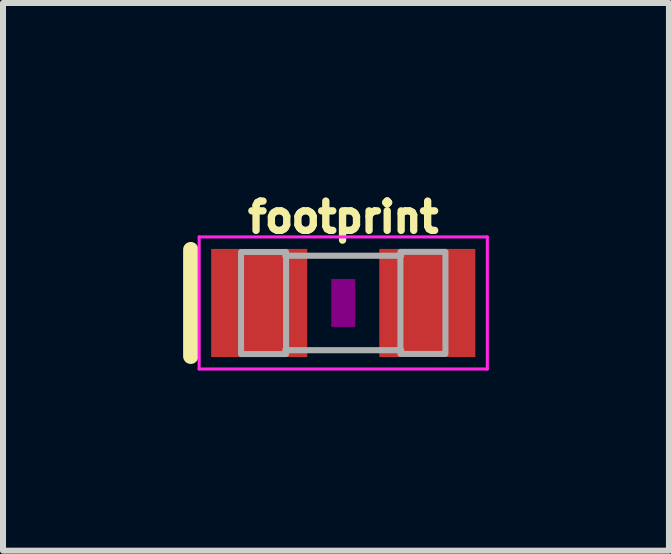
<source format=kicad_pcb>
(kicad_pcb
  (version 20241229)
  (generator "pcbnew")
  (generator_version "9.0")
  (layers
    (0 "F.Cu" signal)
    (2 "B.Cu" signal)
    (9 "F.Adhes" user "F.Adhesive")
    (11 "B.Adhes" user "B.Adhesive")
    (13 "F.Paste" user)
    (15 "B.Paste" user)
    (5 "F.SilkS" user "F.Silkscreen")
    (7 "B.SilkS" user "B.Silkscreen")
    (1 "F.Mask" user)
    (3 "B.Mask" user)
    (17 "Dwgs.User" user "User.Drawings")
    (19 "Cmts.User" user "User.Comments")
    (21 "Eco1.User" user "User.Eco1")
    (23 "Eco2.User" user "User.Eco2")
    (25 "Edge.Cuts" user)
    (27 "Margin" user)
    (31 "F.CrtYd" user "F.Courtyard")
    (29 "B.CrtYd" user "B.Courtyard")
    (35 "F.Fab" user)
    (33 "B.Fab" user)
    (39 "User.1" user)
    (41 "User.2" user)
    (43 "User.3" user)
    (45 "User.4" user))
  (footprint "footprint"
    (layer "F.Cu")
    (at 2.667 1.996)
    (property "Reference" "footprint" (at 0 -1.143 0) (layer "F.SilkS") (effects (font (size 0.488 0.488) (thickness 0.122)) (justify bottom)))
    (fp_line (start -2.54 -0.889) (end -2.54 0.889) (stroke (width 0.254) (type solid)) (layer "F.SilkS"))
    (fp_poly (pts (xy -0.2 0.4) (xy 0.2 0.4) (xy 0.2 -0.4) (xy -0.2 -0.4)) (stroke (width 0) (type solid)) (fill yes) (layer "F.Adhes"))
    (fp_line (start -2.4 -1.1) (end 2.4 -1.1) (stroke (width 0.051) (type solid)) (layer "F.CrtYd"))
    (fp_line (start -2.4 1.1) (end -2.4 -1.1) (stroke (width 0.051) (type solid)) (layer "F.CrtYd"))
    (fp_line (start 2.4 -1.1) (end 2.4 1.1) (stroke (width 0.051) (type solid)) (layer "F.CrtYd"))
    (fp_line (start 2.4 1.1) (end -2.4 1.1) (stroke (width 0.051) (type solid)) (layer "F.CrtYd"))
    (fp_line (start -0.965 -0.787) (end 0.965 -0.787) (stroke (width 0.102) (type solid)) (layer "F.Fab"))
    (fp_line (start -0.965 0.787) (end 0.965 0.787) (stroke (width 0.102) (type solid)) (layer "F.Fab"))
    (fp_poly (pts (xy -1.702 0.851) (xy -0.952 0.851) (xy -0.952 -0.849) (xy -1.702 -0.849)) (stroke (width 0.1) (type solid)) (fill no) (layer "F.Fab"))
    (fp_poly (pts (xy 0.952 0.849) (xy 1.702 0.849) (xy 1.702 -0.851) (xy 0.952 -0.851)) (stroke (width 0.1) (type solid)) (fill no) (layer "F.Fab"))
    (pad "1" smd rect (at -1.4 0) (size 1.6 1.8) (layers "F.Cu" "F.Mask" "F.Paste"))
    (pad "2" smd rect (at 1.4 0) (size 1.6 1.8) (layers "F.Cu" "F.Mask" "F.Paste")))
  (gr_rect
    (start -3 -3)
    (end 8.092 6.122)
    (stroke (width 0.1) (type default))
    (fill no)
    (layer "Edge.Cuts")))
</source>
